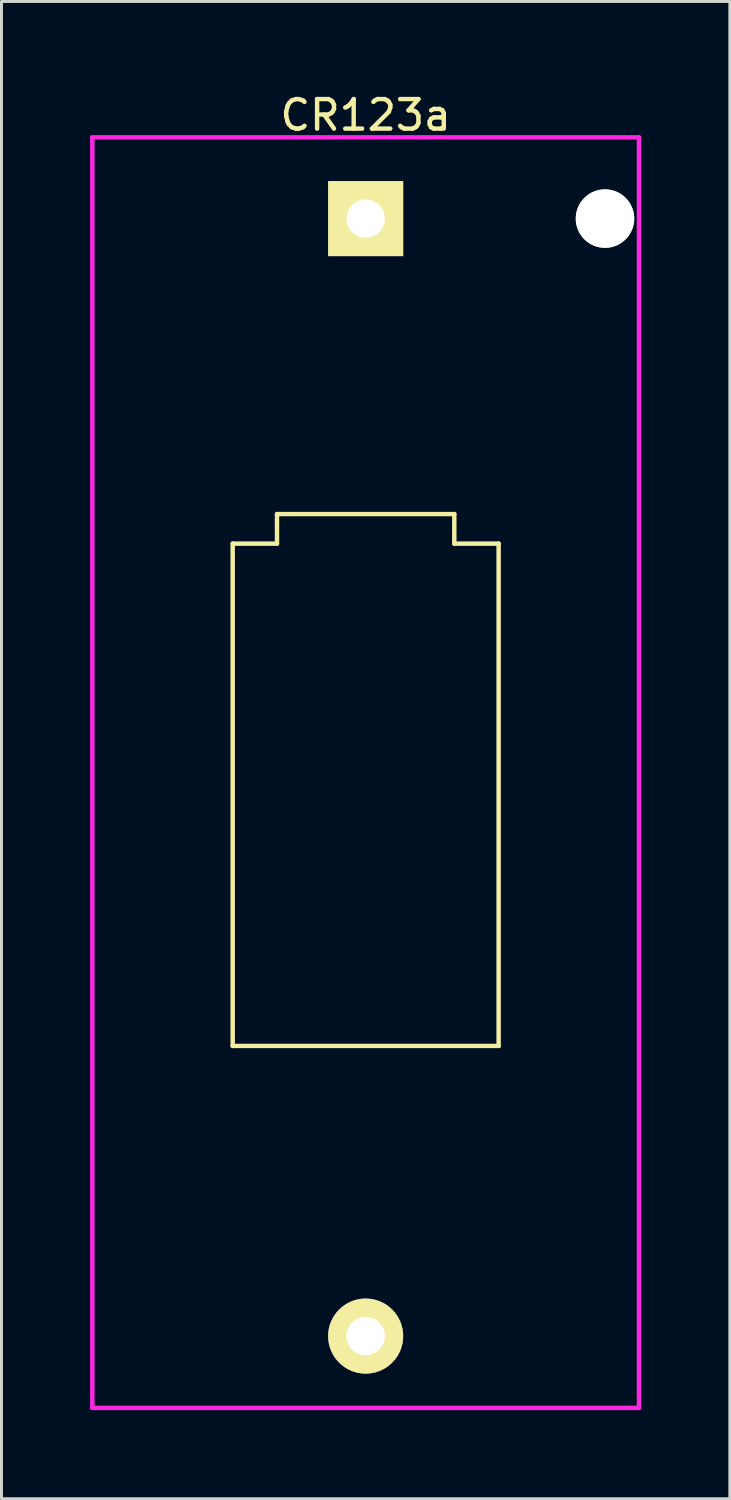
<source format=kicad_pcb>
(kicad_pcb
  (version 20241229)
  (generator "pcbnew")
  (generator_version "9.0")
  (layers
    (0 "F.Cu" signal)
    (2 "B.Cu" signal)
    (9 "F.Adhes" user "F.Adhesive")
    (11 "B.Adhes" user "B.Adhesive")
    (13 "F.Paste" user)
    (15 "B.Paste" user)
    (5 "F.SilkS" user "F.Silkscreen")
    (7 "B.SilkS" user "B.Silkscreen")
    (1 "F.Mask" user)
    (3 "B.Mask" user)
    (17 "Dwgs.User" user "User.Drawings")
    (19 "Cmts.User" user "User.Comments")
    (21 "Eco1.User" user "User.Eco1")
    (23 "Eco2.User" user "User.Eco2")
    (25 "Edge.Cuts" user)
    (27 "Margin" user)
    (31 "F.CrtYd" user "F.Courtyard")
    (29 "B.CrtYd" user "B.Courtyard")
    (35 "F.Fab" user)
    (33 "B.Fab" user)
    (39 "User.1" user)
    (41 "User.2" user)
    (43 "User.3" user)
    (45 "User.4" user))
  (footprint "CR123a"
    (layer "F.Cu")
    (at 9.325 4.348)
    (property "Reference" "CR123a" (at 0 -3.5 0) (layer "F.SilkS") (effects (font (size 1 1) (thickness 0.15))))
    (attr through_hole)
    (fp_line (start -4.5 11) (end -4.5 28) (stroke (width 0.15) (type solid)) (layer "F.SilkS"))
    (fp_line (start -4.5 28) (end 4.5 28) (stroke (width 0.15) (type solid)) (layer "F.SilkS"))
    (fp_line (start -3 10) (end -3 11) (stroke (width 0.15) (type solid)) (layer "F.SilkS"))
    (fp_line (start -3 11) (end -4.5 11) (stroke (width 0.15) (type solid)) (layer "F.SilkS"))
    (fp_line (start 3 10) (end -3 10) (stroke (width 0.15) (type solid)) (layer "F.SilkS"))
    (fp_line (start 3 11) (end 3 10) (stroke (width 0.15) (type solid)) (layer "F.SilkS"))
    (fp_line (start 4.5 11) (end 3 11) (stroke (width 0.15) (type solid)) (layer "F.SilkS"))
    (fp_line (start 4.5 28) (end 4.5 11) (stroke (width 0.15) (type solid)) (layer "F.SilkS"))
    (fp_line (start -9.25 -2.75) (end -9.25 40.25) (stroke (width 0.15) (type solid)) (layer "F.CrtYd"))
    (fp_line (start -9.25 -2.75) (end 9.25 -2.75) (stroke (width 0.15) (type solid)) (layer "F.CrtYd"))
    (fp_line (start -9.25 40.25) (end 9.25 40.25) (stroke (width 0.15) (type solid)) (layer "F.CrtYd"))
    (fp_line (start 9.25 -2.75) (end 9.25 40.25) (stroke (width 0.15) (type solid)) (layer "F.CrtYd"))
    (pad "" np_thru_hole circle (at 8.1 0) (size 1.98 1.98) (drill 1.98) (layers "*.Cu" "Dwgs.User"))
    (pad "1" thru_hole rect (at 0 0) (size 2.54 2.54) (drill 1.3) (layers "*.Cu" "*.Mask" "F.SilkS"))
    (pad "2" thru_hole circle (at 0 37.82) (size 2.54 2.54) (drill 1.3) (layers "*.Cu" "*.Mask" "F.SilkS")))
  (gr_rect
    (start -3 -3)
    (end 21.65 47.673)
    (stroke (width 0.1) (type default))
    (fill no)
    (layer "Edge.Cuts")))
</source>
